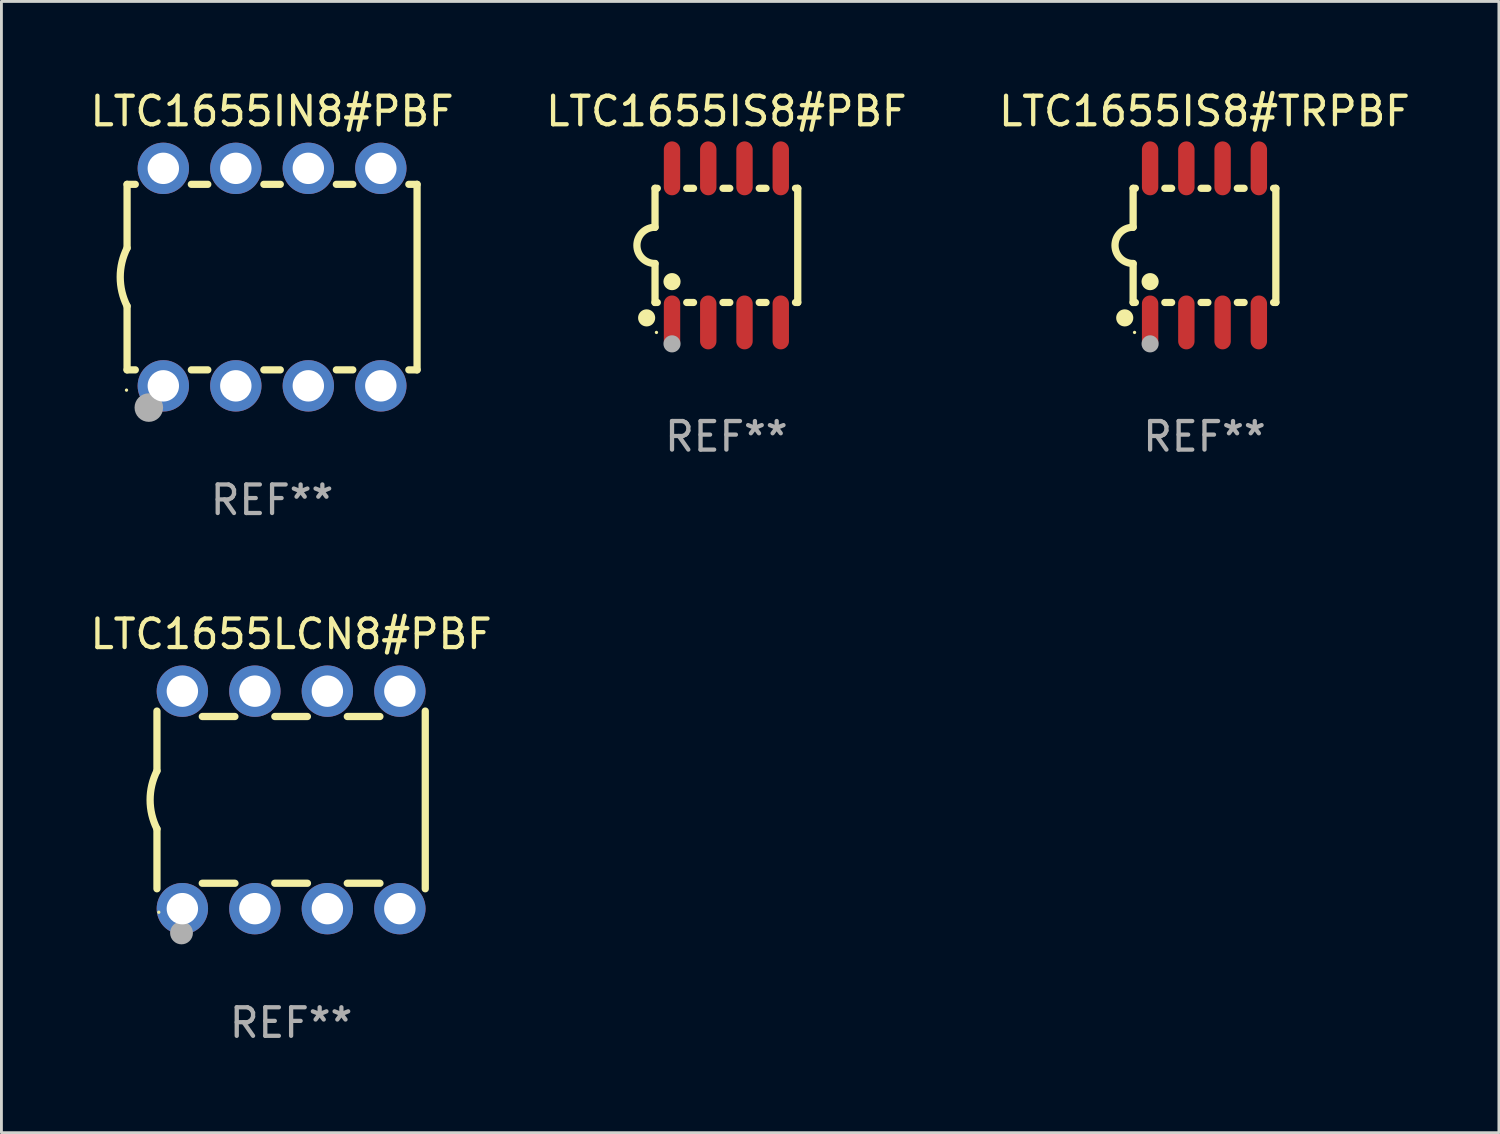
<source format=kicad_pcb>
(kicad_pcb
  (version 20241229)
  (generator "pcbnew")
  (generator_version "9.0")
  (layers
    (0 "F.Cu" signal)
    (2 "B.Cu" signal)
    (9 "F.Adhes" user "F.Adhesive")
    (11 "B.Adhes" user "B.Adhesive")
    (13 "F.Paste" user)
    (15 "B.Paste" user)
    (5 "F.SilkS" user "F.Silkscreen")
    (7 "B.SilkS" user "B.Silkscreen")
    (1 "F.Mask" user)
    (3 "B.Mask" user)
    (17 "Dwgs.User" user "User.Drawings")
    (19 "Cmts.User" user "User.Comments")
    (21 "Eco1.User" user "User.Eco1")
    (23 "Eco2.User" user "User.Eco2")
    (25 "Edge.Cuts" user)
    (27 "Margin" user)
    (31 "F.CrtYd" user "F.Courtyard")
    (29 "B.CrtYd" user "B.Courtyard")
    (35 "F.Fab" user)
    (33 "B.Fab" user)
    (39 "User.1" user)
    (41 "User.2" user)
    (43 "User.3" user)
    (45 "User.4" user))
  (footprint "LTC1655IN8#PBF"
    (layer "F.Cu")
    (at 6.482 6.658)
    (property "Reference" "LTC1655IN8#PBF" (at 0 -5.81 0) (layer "F.SilkS") (effects (font (size 1 1) (thickness 0.15))))
    (attr through_hole)
    (fp_line (start -5.08 -3.25) (end -5.08 -1.017) (stroke (width 0.254) (type solid)) (layer "F.SilkS"))
    (fp_line (start -5.08 -3.25) (end -4.792 -3.25) (stroke (width 0.254) (type solid)) (layer "F.SilkS"))
    (fp_line (start -5.08 3.25) (end -5.08 1.015) (stroke (width 0.254) (type solid)) (layer "F.SilkS"))
    (fp_line (start -5.08 3.25) (end -4.792 3.25) (stroke (width 0.254) (type solid)) (layer "F.SilkS"))
    (fp_line (start -2.828 -3.25) (end -2.252 -3.25) (stroke (width 0.254) (type solid)) (layer "F.SilkS"))
    (fp_line (start -2.828 3.25) (end -2.252 3.25) (stroke (width 0.254) (type solid)) (layer "F.SilkS"))
    (fp_line (start -0.288 -3.25) (end 0.288 -3.25) (stroke (width 0.254) (type solid)) (layer "F.SilkS"))
    (fp_line (start -0.288 3.25) (end 0.288 3.25) (stroke (width 0.254) (type solid)) (layer "F.SilkS"))
    (fp_line (start 2.252 -3.25) (end 2.828 -3.25) (stroke (width 0.254) (type solid)) (layer "F.SilkS"))
    (fp_line (start 2.252 3.25) (end 2.828 3.25) (stroke (width 0.254) (type solid)) (layer "F.SilkS"))
    (fp_line (start 4.792 -3.25) (end 5.08 -3.25) (stroke (width 0.254) (type solid)) (layer "F.SilkS"))
    (fp_line (start 4.792 3.25) (end 5.08 3.25) (stroke (width 0.254) (type solid)) (layer "F.SilkS"))
    (fp_line (start 5.08 -3.25) (end 5.08 3.25) (stroke (width 0.254) (type solid)) (layer "F.SilkS"))
    (fp_arc (start -5.08001 1.01524) (mid -5.319856 -0.000762) (end -5.08001 -1.016764) (stroke (width 0.254001) (type solid)) (layer "F.SilkS"))
    (fp_circle (center -5.1 3.96) (end -5.07 3.96) (stroke (width 0.06) (type solid)) (fill no) (layer "F.SilkS"))
    (fp_circle (center -4.318 4.572) (end -4.068 4.572) (stroke (width 0.5) (type solid)) (fill no) (layer "F.Fab"))
    (fp_text user "REF**" (at 0 7.81 0) (layer "F.Fab") (effects (font (size 1 1) (thickness 0.15))))
    (pad "1" thru_hole circle (at -3.81 3.81) (size 1.8 1.8) (drill 1.1) (layers "*.Cu" "*.Mask"))
    (pad "2" thru_hole circle (at -1.27 3.81) (size 1.8 1.8) (drill 1.1) (layers "*.Cu" "*.Mask"))
    (pad "3" thru_hole circle (at 1.27 3.81) (size 1.8 1.8) (drill 1.1) (layers "*.Cu" "*.Mask"))
    (pad "4" thru_hole circle (at 3.81 3.81) (size 1.8 1.8) (drill 1.1) (layers "*.Cu" "*.Mask"))
    (pad "5" thru_hole circle (at 3.81 -3.81) (size 1.8 1.8) (drill 1.1) (layers "*.Cu" "*.Mask"))
    (pad "6" thru_hole circle (at 1.27 -3.81) (size 1.8 1.8) (drill 1.1) (layers "*.Cu" "*.Mask"))
    (pad "7" thru_hole circle (at -1.27 -3.81) (size 1.8 1.8) (drill 1.1) (layers "*.Cu" "*.Mask"))
    (pad "8" thru_hole circle (at -3.81 -3.81) (size 1.8 1.8) (drill 1.1) (layers "*.Cu" "*.Mask")))
  (footprint "LTC1655IS8#PBF"
    (layer "F.Cu")
    (at 22.399 5.547)
    (property "Reference" "LTC1655IS8#PBF" (at 0 -4.699 0) (layer "F.SilkS") (effects (font (size 1 1) (thickness 0.15))))
    (attr through_hole)
    (fp_line (start -2.5 -2) (end -2.5 -0.635) (stroke (width 0.254) (type solid)) (layer "F.SilkS"))
    (fp_line (start -2.5 -2) (end -2.421 -2) (stroke (width 0.254) (type solid)) (layer "F.SilkS"))
    (fp_line (start -2.5 2) (end -2.5 0.635) (stroke (width 0.254) (type solid)) (layer "F.SilkS"))
    (fp_line (start -2.5 2) (end -2.421 2) (stroke (width 0.254) (type solid)) (layer "F.SilkS"))
    (fp_line (start -1.389 -2) (end -1.151 -2) (stroke (width 0.254) (type solid)) (layer "F.SilkS"))
    (fp_line (start -1.389 2) (end -1.151 2) (stroke (width 0.254) (type solid)) (layer "F.SilkS"))
    (fp_line (start -0.119 -2) (end 0.119 -2) (stroke (width 0.254) (type solid)) (layer "F.SilkS"))
    (fp_line (start -0.119 2) (end 0.119 2) (stroke (width 0.254) (type solid)) (layer "F.SilkS"))
    (fp_line (start 1.151 -2) (end 1.389 -2) (stroke (width 0.254) (type solid)) (layer "F.SilkS"))
    (fp_line (start 1.151 2) (end 1.389 2) (stroke (width 0.254) (type solid)) (layer "F.SilkS"))
    (fp_line (start 2.421 -2) (end 2.5 -2) (stroke (width 0.254) (type solid)) (layer "F.SilkS"))
    (fp_line (start 2.421 2) (end 2.5 2) (stroke (width 0.254) (type solid)) (layer "F.SilkS"))
    (fp_line (start 2.5 -2) (end 2.5 2) (stroke (width 0.254) (type solid)) (layer "F.SilkS"))
    (fp_arc (start -2.5 0.635001) (mid -3.134366 -0.000318) (end -2.499365 -0.635001) (stroke (width 0.254001) (type solid)) (layer "F.SilkS"))
    (fp_circle (center -2.794 2.54) (end -2.644 2.54) (stroke (width 0.3) (type solid)) (fill no) (layer "F.SilkS"))
    (fp_circle (center -2.45 3.05) (end -2.42 3.05) (stroke (width 0.06) (type solid)) (fill no) (layer "F.SilkS"))
    (fp_circle (center -1.905 1.27) (end -1.755 1.27) (stroke (width 0.3) (type solid)) (fill no) (layer "F.SilkS"))
    (fp_circle (center -1.905 3.45) (end -1.755 3.45) (stroke (width 0.3) (type solid)) (fill no) (layer "F.Fab"))
    (fp_text user "REF**" (at 0 6.699 0) (layer "F.Fab") (effects (font (size 1 1) (thickness 0.15))))
    (pad "1" smd oval (at -1.905 2.699) (size 0.574 1.888) (layers "F.Cu" "F.Mask" "F.Paste"))
    (pad "2" smd oval (at -0.635 2.699) (size 0.574 1.888) (layers "F.Cu" "F.Mask" "F.Paste"))
    (pad "3" smd oval (at 0.635 2.699) (size 0.574 1.888) (layers "F.Cu" "F.Mask" "F.Paste"))
    (pad "4" smd oval (at 1.905 2.699) (size 0.574 1.888) (layers "F.Cu" "F.Mask" "F.Paste"))
    (pad "5" smd oval (at 1.905 -2.699) (size 0.574 1.888) (layers "F.Cu" "F.Mask" "F.Paste"))
    (pad "6" smd oval (at 0.635 -2.699) (size 0.574 1.888) (layers "F.Cu" "F.Mask" "F.Paste"))
    (pad "7" smd oval (at -0.635 -2.699) (size 0.574 1.888) (layers "F.Cu" "F.Mask" "F.Paste"))
    (pad "8" smd oval (at -1.905 -2.699) (size 0.574 1.888) (layers "F.Cu" "F.Mask" "F.Paste")))
  (footprint "LTC1655IS8#TRPBF"
    (layer "F.Cu")
    (at 39.149 5.547)
    (property "Reference" "LTC1655IS8#TRPBF" (at 0 -4.699 0) (layer "F.SilkS") (effects (font (size 1 1) (thickness 0.15))))
    (attr through_hole)
    (fp_line (start -2.5 -2) (end -2.5 -0.635) (stroke (width 0.254) (type solid)) (layer "F.SilkS"))
    (fp_line (start -2.5 -2) (end -2.421 -2) (stroke (width 0.254) (type solid)) (layer "F.SilkS"))
    (fp_line (start -2.5 2) (end -2.5 0.635) (stroke (width 0.254) (type solid)) (layer "F.SilkS"))
    (fp_line (start -2.5 2) (end -2.421 2) (stroke (width 0.254) (type solid)) (layer "F.SilkS"))
    (fp_line (start -1.389 -2) (end -1.151 -2) (stroke (width 0.254) (type solid)) (layer "F.SilkS"))
    (fp_line (start -1.389 2) (end -1.151 2) (stroke (width 0.254) (type solid)) (layer "F.SilkS"))
    (fp_line (start -0.119 -2) (end 0.119 -2) (stroke (width 0.254) (type solid)) (layer "F.SilkS"))
    (fp_line (start -0.119 2) (end 0.119 2) (stroke (width 0.254) (type solid)) (layer "F.SilkS"))
    (fp_line (start 1.151 -2) (end 1.389 -2) (stroke (width 0.254) (type solid)) (layer "F.SilkS"))
    (fp_line (start 1.151 2) (end 1.389 2) (stroke (width 0.254) (type solid)) (layer "F.SilkS"))
    (fp_line (start 2.421 -2) (end 2.5 -2) (stroke (width 0.254) (type solid)) (layer "F.SilkS"))
    (fp_line (start 2.421 2) (end 2.5 2) (stroke (width 0.254) (type solid)) (layer "F.SilkS"))
    (fp_line (start 2.5 -2) (end 2.5 2) (stroke (width 0.254) (type solid)) (layer "F.SilkS"))
    (fp_arc (start -2.5 0.635001) (mid -3.134366 -0.000318) (end -2.499365 -0.635001) (stroke (width 0.254001) (type solid)) (layer "F.SilkS"))
    (fp_circle (center -2.794 2.54) (end -2.644 2.54) (stroke (width 0.3) (type solid)) (fill no) (layer "F.SilkS"))
    (fp_circle (center -2.45 3.05) (end -2.42 3.05) (stroke (width 0.06) (type solid)) (fill no) (layer "F.SilkS"))
    (fp_circle (center -1.905 1.27) (end -1.755 1.27) (stroke (width 0.3) (type solid)) (fill no) (layer "F.SilkS"))
    (fp_circle (center -1.905 3.45) (end -1.755 3.45) (stroke (width 0.3) (type solid)) (fill no) (layer "F.Fab"))
    (fp_text user "REF**" (at 0 6.699 0) (layer "F.Fab") (effects (font (size 1 1) (thickness 0.15))))
    (pad "1" smd oval (at -1.905 2.699) (size 0.574 1.888) (layers "F.Cu" "F.Mask" "F.Paste"))
    (pad "2" smd oval (at -0.635 2.699) (size 0.574 1.888) (layers "F.Cu" "F.Mask" "F.Paste"))
    (pad "3" smd oval (at 0.635 2.699) (size 0.574 1.888) (layers "F.Cu" "F.Mask" "F.Paste"))
    (pad "4" smd oval (at 1.905 2.699) (size 0.574 1.888) (layers "F.Cu" "F.Mask" "F.Paste"))
    (pad "5" smd oval (at 1.905 -2.699) (size 0.574 1.888) (layers "F.Cu" "F.Mask" "F.Paste"))
    (pad "6" smd oval (at 0.635 -2.699) (size 0.574 1.888) (layers "F.Cu" "F.Mask" "F.Paste"))
    (pad "7" smd oval (at -0.635 -2.699) (size 0.574 1.888) (layers "F.Cu" "F.Mask" "F.Paste"))
    (pad "8" smd oval (at -1.905 -2.699) (size 0.574 1.888) (layers "F.Cu" "F.Mask" "F.Paste")))
  (footprint "LTC1655LCN8#PBF"
    (layer "F.Cu")
    (at 7.149 24.975)
    (property "Reference" "LTC1655LCN8#PBF" (at 0 -5.81 0) (layer "F.SilkS") (effects (font (size 1 1) (thickness 0.15))))
    (attr through_hole)
    (fp_line (start -4.7 -1.017) (end -4.7 -3.113) (stroke (width 0.254) (type solid)) (layer "F.SilkS"))
    (fp_line (start -4.7 1.015) (end -4.7 3.113) (stroke (width 0.254) (type solid)) (layer "F.SilkS"))
    (fp_line (start -3.113 2.92) (end -1.967 2.92) (stroke (width 0.254) (type solid)) (layer "F.SilkS"))
    (fp_line (start -3.111 -2.922) (end -1.969 -2.922) (stroke (width 0.254) (type solid)) (layer "F.SilkS"))
    (fp_line (start -0.573 2.92) (end 0.573 2.92) (stroke (width 0.254) (type solid)) (layer "F.SilkS"))
    (fp_line (start -0.571 -2.922) (end 0.571 -2.922) (stroke (width 0.254) (type solid)) (layer "F.SilkS"))
    (fp_line (start 1.967 2.92) (end 3.113 2.92) (stroke (width 0.254) (type solid)) (layer "F.SilkS"))
    (fp_line (start 1.969 -2.922) (end 3.111 -2.922) (stroke (width 0.254) (type solid)) (layer "F.SilkS"))
    (fp_line (start 4.7 -3.113) (end 4.7 3.113) (stroke (width 0.254) (type solid)) (layer "F.SilkS"))
    (fp_arc (start -4.7 1.01524) (mid -4.939846 -0.000762) (end -4.7 -1.016764) (stroke (width 0.254001) (type solid)) (layer "F.SilkS"))
    (fp_circle (center -4.636 3.935) (end -4.606 3.935) (stroke (width 0.06) (type solid)) (fill no) (layer "F.SilkS"))
    (fp_circle (center -3.84 4.66) (end -3.64 4.66) (stroke (width 0.4) (type solid)) (fill no) (layer "F.Fab"))
    (fp_text user "REF**" (at 0 7.81 0) (layer "F.Fab") (effects (font (size 1 1) (thickness 0.15))))
    (pad "1" thru_hole circle (at -3.81 3.81) (size 1.8 1.8) (drill 1.1) (layers "*.Cu" "*.Mask"))
    (pad "2" thru_hole circle (at -1.27 3.81) (size 1.8 1.8) (drill 1.1) (layers "*.Cu" "*.Mask"))
    (pad "3" thru_hole circle (at 1.27 3.81) (size 1.8 1.8) (drill 1.1) (layers "*.Cu" "*.Mask"))
    (pad "4" thru_hole circle (at 3.81 3.81) (size 1.8 1.8) (drill 1.1) (layers "*.Cu" "*.Mask"))
    (pad "5" thru_hole circle (at 3.81 -3.81) (size 1.8 1.8) (drill 1.1) (layers "*.Cu" "*.Mask"))
    (pad "6" thru_hole circle (at 1.27 -3.81) (size 1.8 1.8) (drill 1.1) (layers "*.Cu" "*.Mask"))
    (pad "7" thru_hole circle (at -1.27 -3.81) (size 1.8 1.8) (drill 1.1) (layers "*.Cu" "*.Mask"))
    (pad "8" thru_hole circle (at -3.81 -3.81) (size 1.8 1.8) (drill 1.1) (layers "*.Cu" "*.Mask")))
  (gr_rect
    (start -3 -3)
    (end 49.464 36.633)
    (stroke (width 0.1) (type default))
    (fill no)
    (layer "Edge.Cuts")))
</source>
